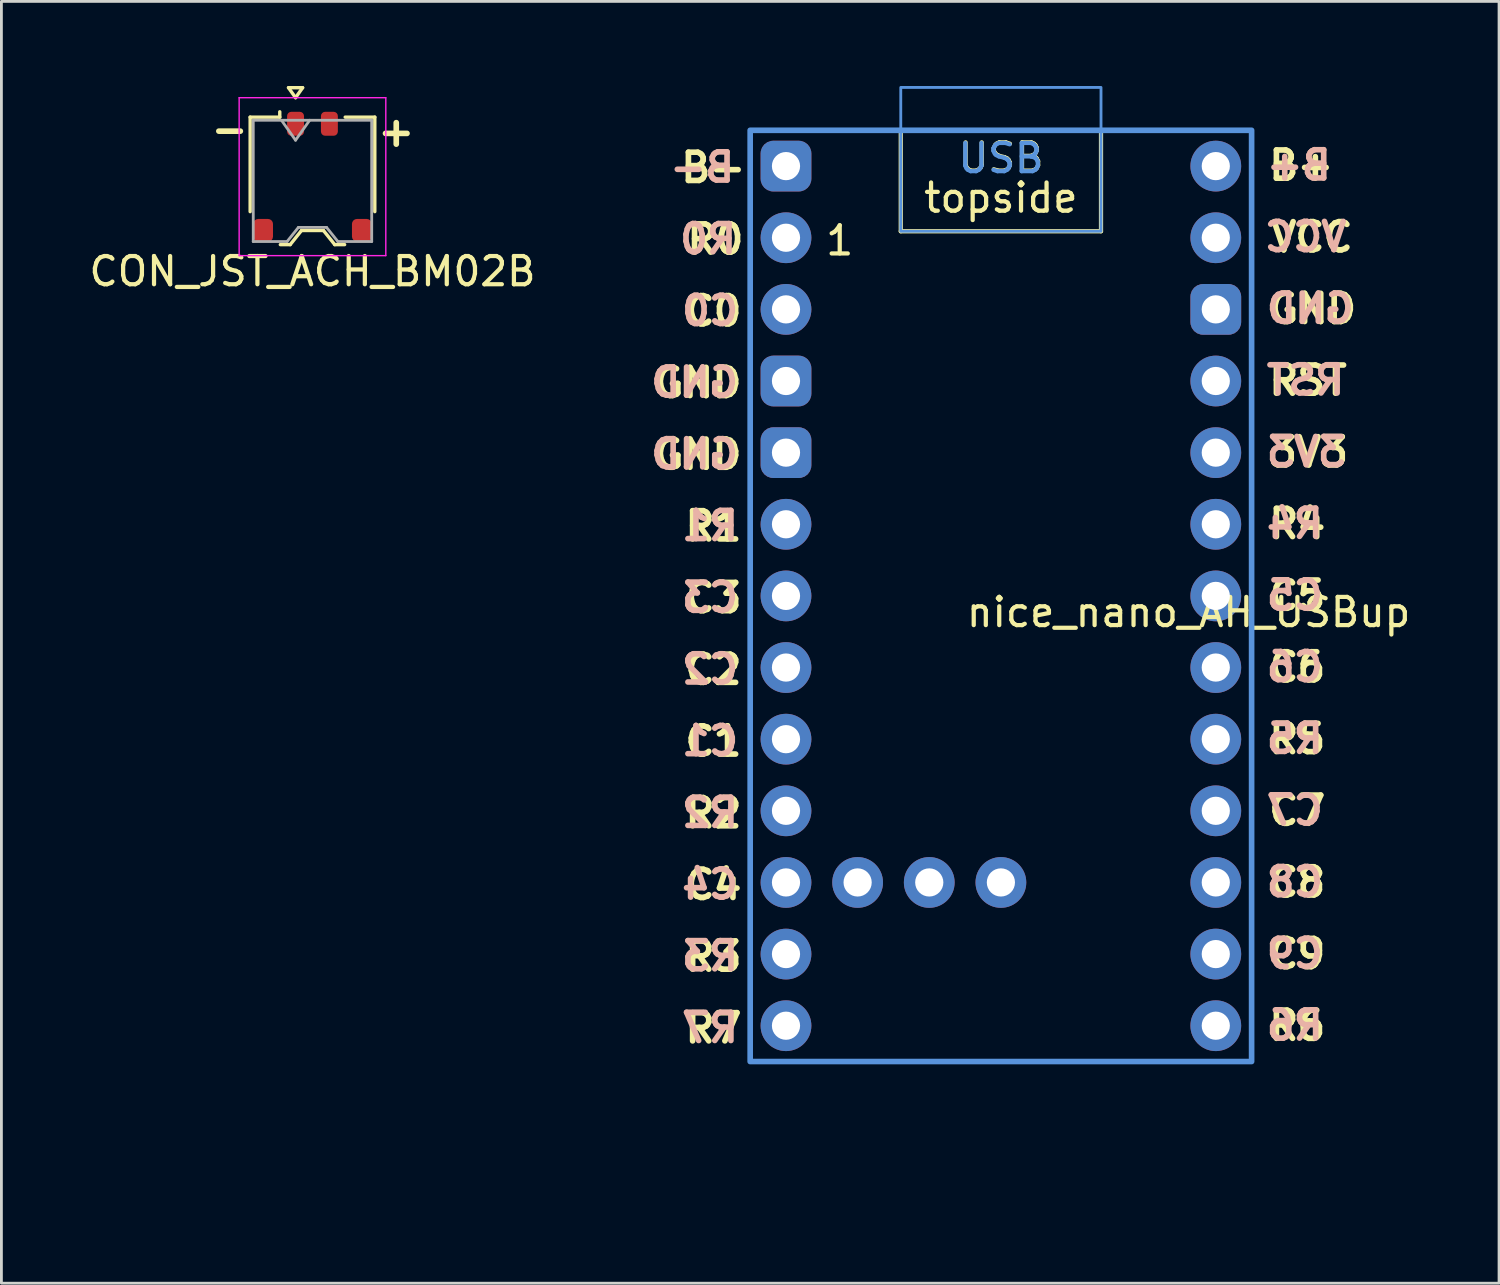
<source format=kicad_pcb>
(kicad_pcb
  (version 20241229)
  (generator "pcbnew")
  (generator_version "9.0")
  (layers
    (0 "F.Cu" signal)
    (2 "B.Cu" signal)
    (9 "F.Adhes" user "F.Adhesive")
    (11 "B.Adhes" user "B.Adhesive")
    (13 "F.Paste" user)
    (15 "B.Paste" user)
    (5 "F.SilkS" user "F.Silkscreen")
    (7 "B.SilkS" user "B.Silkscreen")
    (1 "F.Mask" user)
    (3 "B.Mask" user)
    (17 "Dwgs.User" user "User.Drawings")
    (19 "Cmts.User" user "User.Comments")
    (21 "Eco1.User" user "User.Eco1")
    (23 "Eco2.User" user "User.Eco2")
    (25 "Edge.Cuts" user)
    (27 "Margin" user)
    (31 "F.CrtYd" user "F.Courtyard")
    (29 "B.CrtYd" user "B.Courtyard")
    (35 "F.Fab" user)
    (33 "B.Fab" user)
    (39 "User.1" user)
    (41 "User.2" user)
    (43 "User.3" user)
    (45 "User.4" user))
  (footprint "CON_JST_ACH_BM02B"
    (layer "F.Cu")
    (at 8.03 3.214)
    (property "Reference" "CON_JST_ACH_BM02B" (at 0 3.36 0) (layer "F.SilkS") (effects (font (size 1 1) (thickness 0.15))))
    (attr smd)
    (fp_line (start -2.21 -2.11) (end -1.16 -2.11) (stroke (width 0.12) (type solid)) (layer "F.SilkS"))
    (fp_line (start -2.21 1.24) (end -2.21 -2.11) (stroke (width 0.12) (type solid)) (layer "F.SilkS"))
    (fp_line (start -1.16 -2.11) (end -1.16 -2.3) (stroke (width 0.12) (type solid)) (layer "F.SilkS"))
    (fp_line (start -1.14 2.41) (end -0.79 2.41) (stroke (width 0.12) (type solid)) (layer "F.SilkS"))
    (fp_line (start -0.85 -3.154) (end -0.6 -2.8) (stroke (width 0.12) (type solid)) (layer "F.SilkS"))
    (fp_line (start -0.79 2.41) (end -0.39 1.91) (stroke (width 0.12) (type solid)) (layer "F.SilkS"))
    (fp_line (start -0.6 -2.8) (end -0.35 -3.154) (stroke (width 0.12) (type solid)) (layer "F.SilkS"))
    (fp_line (start -0.39 1.91) (end 0.39 1.91) (stroke (width 0.12) (type solid)) (layer "F.SilkS"))
    (fp_line (start -0.35 -3.154) (end -0.85 -3.154) (stroke (width 0.12) (type solid)) (layer "F.SilkS"))
    (fp_line (start 0.39 1.91) (end 0.79 2.41) (stroke (width 0.12) (type solid)) (layer "F.SilkS"))
    (fp_line (start 0.79 2.41) (end 1.14 2.41) (stroke (width 0.12) (type solid)) (layer "F.SilkS"))
    (fp_line (start 2.21 -2.11) (end 1.16 -2.11) (stroke (width 0.12) (type solid)) (layer "F.SilkS"))
    (fp_line (start 2.21 1.24) (end 2.21 -2.11) (stroke (width 0.12) (type solid)) (layer "F.SilkS"))
    (fp_line (start -2.6 -2.8) (end -2.6 2.8) (stroke (width 0.05) (type solid)) (layer "F.CrtYd"))
    (fp_line (start -2.6 2.8) (end 2.6 2.8) (stroke (width 0.05) (type solid)) (layer "F.CrtYd"))
    (fp_line (start 2.6 -2.8) (end -2.6 -2.8) (stroke (width 0.05) (type solid)) (layer "F.CrtYd"))
    (fp_line (start 2.6 2.8) (end 2.6 -2.8) (stroke (width 0.05) (type solid)) (layer "F.CrtYd"))
    (fp_line (start -2.1 -2) (end -2.1 2.3) (stroke (width 0.1) (type solid)) (layer "F.Fab"))
    (fp_line (start -2.1 -2) (end 2.1 -2) (stroke (width 0.1) (type solid)) (layer "F.Fab"))
    (fp_line (start -2.1 2.3) (end -0.9 2.3) (stroke (width 0.1) (type solid)) (layer "F.Fab"))
    (fp_line (start -1.1 -2) (end -0.6 -1.293) (stroke (width 0.1) (type solid)) (layer "F.Fab"))
    (fp_line (start -0.9 2.3) (end -0.5 1.8) (stroke (width 0.1) (type solid)) (layer "F.Fab"))
    (fp_line (start -0.6 -1.293) (end -0.1 -2) (stroke (width 0.1) (type solid)) (layer "F.Fab"))
    (fp_line (start -0.5 1.8) (end 0.5 1.8) (stroke (width 0.1) (type solid)) (layer "F.Fab"))
    (fp_line (start 0.5 1.8) (end 0.9 2.3) (stroke (width 0.1) (type solid)) (layer "F.Fab"))
    (fp_line (start 0.9 2.3) (end 2.1 2.3) (stroke (width 0.1) (type solid)) (layer "F.Fab"))
    (fp_line (start 2.1 -2) (end 2.1 2.3) (stroke (width 0.1) (type solid)) (layer "F.Fab"))
    (fp_text user "-" (at -3.69 -1.1 0) (unlocked yes) (layer "F.SilkS") (effects (font (size 1 1) (thickness 0.2) (bold yes)) (justify left bottom)))
    (fp_text user "+" (at 2.22 -1.02 0) (unlocked yes) (layer "F.SilkS") (effects (font (size 1 1) (thickness 0.2) (bold yes)) (justify left bottom)))
    (pad "1" smd roundrect (at -0.6 -1.875) (size 0.6 0.85) (layers "F.Cu" "F.Mask" "F.Paste") (roundrect_rratio 0.25))
    (pad "2" smd roundrect (at 0.6 -1.875) (size 0.6 0.85) (layers "F.Cu" "F.Mask" "F.Paste") (roundrect_rratio 0.25))
    (pad "MP" smd roundrect (at -1.75 1.9) (size 0.7 0.8) (layers "F.Cu" "F.Mask" "F.Paste") (roundrect_rratio 0.25))
    (pad "MP" smd roundrect (at 1.75 1.9) (size 0.7 0.8) (layers "F.Cu" "F.Mask" "F.Paste") (roundrect_rratio 0.25)))
  (footprint "nice_nano_AH_USBup"
    (layer "F.Cu")
    (at 32.44 19.35)
    (property "Reference" "nice_nano_AH_USBup" (at -1.3 -0.69 0) (layer "F.SilkS") (effects (font (size 1 1) (thickness 0.15)) (justify left)))
    (attr through_hole exclude_from_pos_files exclude_from_bom)
    (fp_line (start -3.55 -14.2) (end -3.55 -17.78) (stroke (width 0.15) (type default)) (layer "F.SilkS"))
    (fp_line (start 3.55 -14.2) (end -3.55 -14.2) (stroke (width 0.15) (type default)) (layer "F.SilkS"))
    (fp_line (start 3.55 -14.2) (end 3.55 -17.78) (stroke (width 0.15) (type default)) (layer "F.SilkS"))
    (fp_rect (start -8.89 -17.78) (end 8.89 15.24) (stroke (width 0.15) (type solid)) (fill no) (layer "F.SilkS"))
    (fp_rect (start -3.55 -19.3) (end 3.55 -14.2) (stroke (width 0.1) (type default)) (fill no) (layer "Cmts.User"))
    (fp_rect (start 8.89 -17.78) (end -8.89 15.24) (stroke (width 0.2) (type solid)) (fill no) (layer "Cmts.User"))
    (fp_text user "RST" (at 9.4 -8.325 0) (unlocked yes) (layer "F.SilkS") (effects (font (size 1 1) (thickness 0.2) (bold yes)) (justify left bottom)))
    (fp_text user "topside" (at 0 -14.8 0) (unlocked yes) (layer "F.SilkS") (effects (font (size 1 1) (thickness 0.15)) (justify bottom)))
    (fp_text user "C6" (at 9.4 1.842 0) (unlocked yes) (layer "F.SilkS") (effects (font (size 1 1) (thickness 0.2) (bold yes)) (justify left bottom)))
    (fp_text user "C3" (at -11.3 -0.615 0) (unlocked yes) (layer "F.SilkS") (effects (font (size 1 1) (thickness 0.2) (bold yes)) (justify left bottom)))
    (fp_text user "C1" (at -11.3 4.47 0) (unlocked yes) (layer "F.SilkS") (effects (font (size 1 1) (thickness 0.2) (bold yes)) (justify left bottom)))
    (fp_text user "C2" (at -11.3 1.927 0) (unlocked yes) (layer "F.SilkS") (effects (font (size 1 1) (thickness 0.2) (bold yes)) (justify left bottom)))
    (fp_text user "R6" (at 9.4 14.55 0) (unlocked yes) (layer "F.SilkS") (effects (font (size 1 1) (thickness 0.2) (bold yes)) (justify left bottom)))
    (fp_text user "R5" (at 9.4 4.383 0) (unlocked yes) (layer "F.SilkS") (effects (font (size 1 1) (thickness 0.2) (bold yes)) (justify left bottom)))
    (fp_text user "B+" (at 9.4 -15.95 0) (unlocked yes) (layer "F.SilkS") (effects (font (size 1 1) (thickness 0.2) (bold yes)) (justify left bottom)))
    (fp_text user "C9" (at 9.4 12.008 0) (unlocked yes) (layer "F.SilkS") (effects (font (size 1 1) (thickness 0.2) (bold yes)) (justify left bottom)))
    (fp_text user "R0" (at -10.124 -13.328 0) (unlocked yes) (layer "F.SilkS") (effects (font (size 1 1) (thickness 0.2) (bold yes)) (justify bottom)))
    (fp_text user "R1" (at -11.3 -3.158 0) (unlocked yes) (layer "F.SilkS") (effects (font (size 1 1) (thickness 0.2) (bold yes)) (justify left bottom)))
    (fp_text user "R3" (at -11.3 12.098 0) (unlocked yes) (layer "F.SilkS") (effects (font (size 1 1) (thickness 0.2) (bold yes)) (justify left bottom)))
    (fp_text user "GND" (at 9.4 -10.867 0) (unlocked yes) (layer "F.SilkS") (effects (font (size 1 1) (thickness 0.2) (bold yes)) (justify left bottom)))
    (fp_text user "VCC" (at 11.029 -13.408 0) (unlocked yes) (layer "F.SilkS") (effects (font (size 1 1) (thickness 0.2) (bold yes)) (justify bottom)))
    (fp_text user "C7" (at 9.4 6.925 0) (unlocked yes) (layer "F.SilkS") (effects (font (size 1 1) (thickness 0.2) (bold yes)) (justify left bottom)))
    (fp_text user "GND" (at -12.395 -8.242 0) (unlocked yes) (layer "F.SilkS") (effects (font (size 1 1) (thickness 0.2) (bold yes)) (justify left bottom)))
    (fp_text user "C5" (at 9.4 -0.7 0) (unlocked yes) (layer "F.SilkS") (effects (font (size 1 1) (thickness 0.2) (bold yes)) (justify left bottom)))
    (fp_text user "R2" (at -11.3 7.013 0) (unlocked yes) (layer "F.SilkS") (effects (font (size 1 1) (thickness 0.2) (bold yes)) (justify left bottom)))
    (fp_text user "1" (at -5.715 -13.283 0) (layer "F.SilkS") (effects (font (size 1 1) (thickness 0.15)) (justify bottom)))
    (fp_text user "C8" (at 9.4 9.467 0) (unlocked yes) (layer "F.SilkS") (effects (font (size 1 1) (thickness 0.2) (bold yes)) (justify left bottom)))
    (fp_text user "USB" (at 0.011 -16.221 0) (unlocked yes) (layer "F.SilkS") (effects (font (size 1 1) (thickness 0.15)) (justify bottom)))
    (fp_text user "C0" (at -11.3 -10.785 0) (unlocked yes) (layer "F.SilkS") (effects (font (size 1 1) (thickness 0.2) (bold yes)) (justify left bottom)))
    (fp_text user "R4" (at 9.4 -3.242 0) (unlocked yes) (layer "F.SilkS") (effects (font (size 1 1) (thickness 0.2) (bold yes)) (justify left bottom)))
    (fp_text user "R7" (at -11.3 14.64 0) (unlocked yes) (layer "F.SilkS") (effects (font (size 1 1) (thickness 0.2) (bold yes)) (justify left bottom)))
    (fp_text user "3V3" (at 9.4 -5.783 0) (unlocked yes) (layer "F.SilkS") (effects (font (size 1 1) (thickness 0.2) (bold yes)) (justify left bottom)))
    (fp_text user "B-" (at -8.948 -15.87 0) (unlocked yes) (layer "F.SilkS") (effects (font (size 1 1) (thickness 0.2) (bold yes)) (justify right bottom)))
    (fp_text user "GND" (at -12.395 -5.7 0) (unlocked yes) (layer "F.SilkS") (effects (font (size 1 1) (thickness 0.2) (bold yes)) (justify left bottom)))
    (fp_text user "C4" (at -11.3 9.555 0) (unlocked yes) (layer "F.SilkS") (effects (font (size 1 1) (thickness 0.2) (bold yes)) (justify left bottom)))
    (fp_text user "C7" (at 11.53 6.917 0) (unlocked yes) (layer "B.SilkS") (effects (font (size 1 1) (thickness 0.2) (bold yes)) (justify left bottom mirror)))
    (fp_text user "GND" (at -9.204 -5.713 0) (unlocked yes) (layer "B.SilkS") (effects (font (size 1 1) (thickness 0.2) (bold yes)) (justify left bottom mirror)))
    (fp_text user "C6" (at 11.53 1.833 0) (unlocked yes) (layer "B.SilkS") (effects (font (size 1 1) (thickness 0.2) (bold yes)) (justify left bottom mirror)))
    (fp_text user "R4" (at 11.53 -3.25 0) (unlocked yes) (layer "B.SilkS") (effects (font (size 1 1) (thickness 0.2) (bold yes)) (justify left bottom mirror)))
    (fp_text user "RST" (at 12.292 -8.333 0) (unlocked yes) (layer "B.SilkS") (effects (font (size 1 1) (thickness 0.2) (bold yes)) (justify left bottom mirror)))
    (fp_text user "C8" (at 11.53 9.458 0) (unlocked yes) (layer "B.SilkS") (effects (font (size 1 1) (thickness 0.2) (bold yes)) (justify left bottom mirror)))
    (fp_text user "GND" (at 12.625 -10.875 0) (unlocked yes) (layer "B.SilkS") (effects (font (size 1 1) (thickness 0.2) (bold yes)) (justify left bottom mirror)))
    (fp_text user "C3" (at -9.204 -0.627 0) (unlocked yes) (layer "B.SilkS") (effects (font (size 1 1) (thickness 0.2) (bold yes)) (justify left bottom mirror)))
    (fp_text user "R1" (at -9.204 -3.17 0) (unlocked yes) (layer "B.SilkS") (effects (font (size 1 1) (thickness 0.2) (bold yes)) (justify left bottom mirror)))
    (fp_text user "R5" (at 11.53 4.375 0) (unlocked yes) (layer "B.SilkS") (effects (font (size 1 1) (thickness 0.2) (bold yes)) (justify left bottom mirror)))
    (fp_text user "3V3" (at 12.34 -5.792 0) (unlocked yes) (layer "B.SilkS") (effects (font (size 1 1) (thickness 0.2) (bold yes)) (justify left bottom mirror)))
    (fp_text user "R2" (at -9.204 7 0) (unlocked yes) (layer "B.SilkS") (effects (font (size 1 1) (thickness 0.2) (bold yes)) (justify left bottom mirror)))
    (fp_text user "R3" (at -9.204 12.085 0) (unlocked yes) (layer "B.SilkS") (effects (font (size 1 1) (thickness 0.2) (bold yes)) (justify left bottom mirror)))
    (fp_text user "C9" (at 11.53 12 0) (unlocked yes) (layer "B.SilkS") (effects (font (size 1 1) (thickness 0.2) (bold yes)) (justify left bottom mirror)))
    (fp_text user "C5" (at 11.53 -0.708 0) (unlocked yes) (layer "B.SilkS") (effects (font (size 1 1) (thickness 0.2) (bold yes)) (justify left bottom mirror)))
    (fp_text user "B+" (at 11.816 -15.958 0) (unlocked yes) (layer "B.SilkS") (effects (font (size 1 1) (thickness 0.2) (bold yes)) (justify left bottom mirror)))
    (fp_text user "GND" (at -9.204 -8.255 0) (unlocked yes) (layer "B.SilkS") (effects (font (size 1 1) (thickness 0.2) (bold yes)) (justify left bottom mirror)))
    (fp_text user "R7" (at -9.204 14.627 0) (unlocked yes) (layer "B.SilkS") (effects (font (size 1 1) (thickness 0.2) (bold yes)) (justify left bottom mirror)))
    (fp_text user "VCC" (at 10.806 -13.417 0) (unlocked yes) (layer "B.SilkS") (effects (font (size 1 1) (thickness 0.2) (bold yes)) (justify bottom mirror)))
    (fp_text user "C4" (at -9.204 9.543 0) (unlocked yes) (layer "B.SilkS") (effects (font (size 1 1) (thickness 0.2) (bold yes)) (justify left bottom mirror)))
    (fp_text user "B-" (at -11.842 -15.883 0) (unlocked yes) (layer "B.SilkS") (effects (font (size 1 1) (thickness 0.2) (bold yes)) (justify right bottom mirror)))
    (fp_text user "C2" (at -9.204 1.915 0) (unlocked yes) (layer "B.SilkS") (effects (font (size 1 1) (thickness 0.2) (bold yes)) (justify left bottom mirror)))
    (fp_text user "R0" (at -10.38 -13.34 0) (unlocked yes) (layer "B.SilkS") (effects (font (size 1 1) (thickness 0.2) (bold yes)) (justify bottom mirror)))
    (fp_text user "R6" (at 11.53 14.542 0) (unlocked yes) (layer "B.SilkS") (effects (font (size 1 1) (thickness 0.2) (bold yes)) (justify left bottom mirror)))
    (fp_text user "C1" (at -9.204 4.457 0) (unlocked yes) (layer "B.SilkS") (effects (font (size 1 1) (thickness 0.2) (bold yes)) (justify left bottom mirror)))
    (fp_text user "C0" (at -9.204 -10.797 0) (unlocked yes) (layer "B.SilkS") (effects (font (size 1 1) (thickness 0.2) (bold yes)) (justify left bottom mirror)))
    (fp_text user "USB" (at 0 -16.2 0) (layer "Cmts.User") (effects (font (size 1 1) (thickness 0.15)) (justify bottom)))
    (pad "1" thru_hole circle (at -7.62 -13.97) (size 1.8 1.8) (drill 1) (layers "*.Cu" "B.Mask"))
    (pad "2" thru_hole circle (at -7.62 -11.43) (size 1.8 1.8) (drill 1) (layers "*.Cu" "B.Mask"))
    (pad "3" thru_hole roundrect (at -7.62 -8.89) (size 1.8 1.8) (drill 1) (layers "*.Cu" "B.Mask") (roundrect_rratio 0.25))
    (pad "4" thru_hole roundrect (at -7.62 -6.35) (size 1.8 1.8) (drill 1) (layers "*.Cu" "B.Mask") (roundrect_rratio 0.25))
    (pad "5" thru_hole circle (at -7.62 -3.81) (size 1.8 1.8) (drill 1) (layers "*.Cu" "B.Mask"))
    (pad "6" thru_hole circle (at -7.62 -1.27) (size 1.8 1.8) (drill 1) (layers "*.Cu" "B.Mask"))
    (pad "7" thru_hole circle (at -7.62 1.27) (size 1.8 1.8) (drill 1) (layers "*.Cu" "B.Mask"))
    (pad "8" thru_hole circle (at -7.62 3.81) (size 1.8 1.8) (drill 1) (layers "*.Cu" "B.Mask"))
    (pad "9" thru_hole circle (at -7.62 6.35) (size 1.8 1.8) (drill 1) (layers "*.Cu" "B.Mask"))
    (pad "10" thru_hole circle (at -7.62 8.89) (size 1.8 1.8) (drill 1) (layers "*.Cu" "B.Mask"))
    (pad "11" thru_hole circle (at -7.62 11.43) (size 1.8 1.8) (drill 1) (layers "*.Cu" "B.Mask"))
    (pad "12" thru_hole circle (at -7.62 13.97) (size 1.8 1.8) (drill 1) (layers "*.Cu" "B.Mask"))
    (pad "13" thru_hole circle (at 7.62 -13.97) (size 1.8 1.8) (drill 1) (layers "*.Cu" "B.Mask"))
    (pad "14" thru_hole roundrect (at 7.62 -11.43) (size 1.8 1.8) (drill 1) (layers "*.Cu" "B.Mask") (roundrect_rratio 0.25))
    (pad "15" thru_hole circle (at 7.62 -8.89) (size 1.8 1.8) (drill 1) (layers "*.Cu" "B.Mask"))
    (pad "16" thru_hole circle (at 7.62 -6.35) (size 1.8 1.8) (drill 1) (layers "*.Cu" "B.Mask"))
    (pad "17" thru_hole circle (at 7.62 -3.81) (size 1.8 1.8) (drill 1) (layers "*.Cu" "B.Mask"))
    (pad "18" thru_hole circle (at 7.62 -1.27) (size 1.8 1.8) (drill 1) (layers "*.Cu" "B.Mask"))
    (pad "19" thru_hole circle (at 7.62 1.27) (size 1.8 1.8) (drill 1) (layers "*.Cu" "B.Mask"))
    (pad "20" thru_hole circle (at 7.62 3.81) (size 1.8 1.8) (drill 1) (layers "*.Cu" "B.Mask"))
    (pad "21" thru_hole circle (at 7.62 6.35) (size 1.8 1.8) (drill 1) (layers "*.Cu" "B.Mask"))
    (pad "22" thru_hole circle (at 7.62 8.89) (size 1.8 1.8) (drill 1) (layers "*.Cu" "B.Mask"))
    (pad "23" thru_hole circle (at 7.62 11.43) (size 1.8 1.8) (drill 1) (layers "*.Cu" "B.Mask"))
    (pad "24" thru_hole circle (at 7.62 13.97) (size 1.8 1.8) (drill 1) (layers "*.Cu" "B.Mask"))
    (pad "25" thru_hole circle (at -5.08 8.89) (size 1.8 1.8) (drill 1) (layers "*.Cu" "B.Mask"))
    (pad "26" thru_hole circle (at -2.54 8.89) (size 1.8 1.8) (drill 1) (layers "*.Cu" "B.Mask"))
    (pad "27" thru_hole circle (at 0 8.89) (size 1.8 1.8) (drill 1) (layers "*.Cu" "B.Mask"))
    (pad "28" thru_hole roundrect (at -7.62 -16.51) (size 1.8 1.8) (drill 1) (layers "*.Cu" "B.Mask") (roundrect_rratio 0.25))
    (pad "29" thru_hole circle (at 7.62 -16.51) (size 1.8 1.8) (drill 1) (layers "*.Cu" "B.Mask"))
    (zone (net_name "") (layers "F.Cu" "B.Cu") (name "ANT") (hatch edge 0.5) (connect_pads) (min_thickness 0.25) (filled_areas_thickness no) (keepout (tracks allowed) (vias allowed) (pads allowed) (copperpour not_allowed) (footprints allowed)) (placement (enabled no)) (fill) (polygon (pts (xy 19.06 29.37) (xy 46.84 29.37) (xy 46.84 39.45) (xy 19.06 39.45)))))
  (gr_rect
    (start -3 -3)
    (end 50.104 42.45)
    (stroke (width 0.1) (type default))
    (fill no)
    (layer "Edge.Cuts")))
</source>
